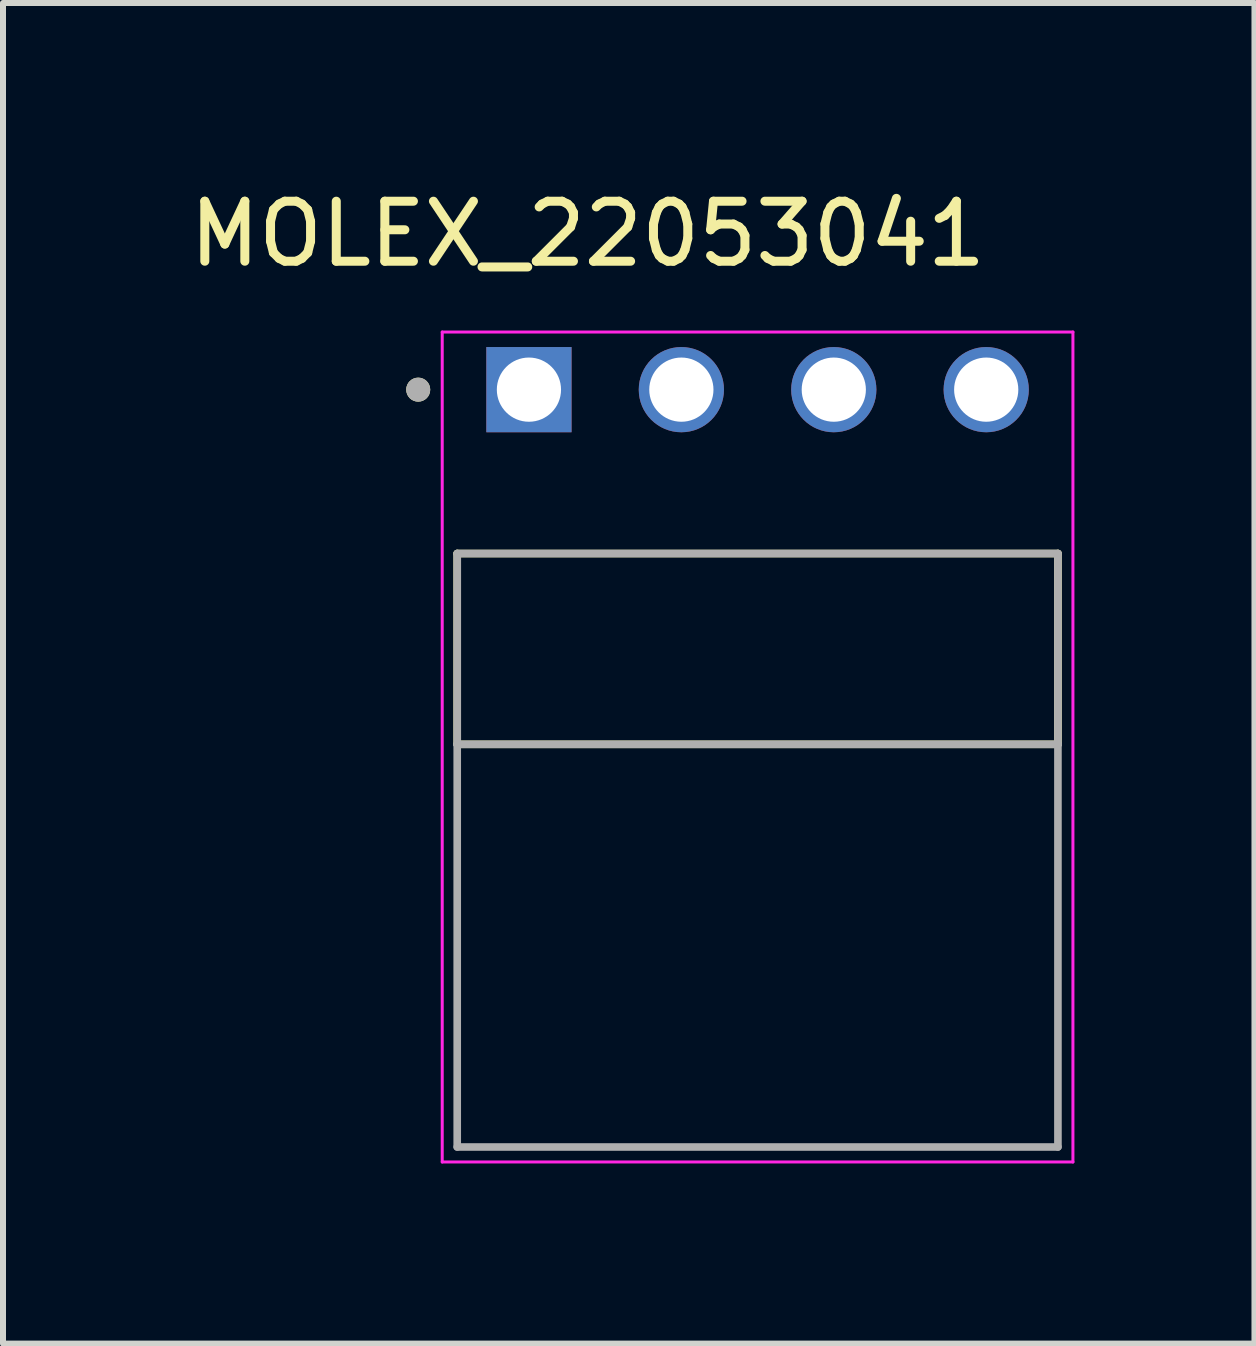
<source format=kicad_pcb>
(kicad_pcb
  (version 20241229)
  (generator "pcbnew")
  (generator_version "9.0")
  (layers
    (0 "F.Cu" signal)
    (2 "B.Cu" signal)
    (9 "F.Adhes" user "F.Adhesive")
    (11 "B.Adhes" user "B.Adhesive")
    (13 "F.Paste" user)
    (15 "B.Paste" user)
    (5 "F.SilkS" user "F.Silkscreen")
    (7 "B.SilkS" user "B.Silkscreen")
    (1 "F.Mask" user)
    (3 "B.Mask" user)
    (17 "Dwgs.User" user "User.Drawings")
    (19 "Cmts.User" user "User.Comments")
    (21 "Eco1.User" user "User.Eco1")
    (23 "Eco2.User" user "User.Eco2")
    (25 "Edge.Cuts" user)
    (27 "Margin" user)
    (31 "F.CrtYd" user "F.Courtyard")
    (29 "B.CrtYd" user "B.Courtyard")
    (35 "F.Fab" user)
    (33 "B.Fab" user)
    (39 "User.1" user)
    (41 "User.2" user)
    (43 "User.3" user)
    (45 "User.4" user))
  (footprint "MOLEX_22053041"
    (layer "F.Cu")
    (at 9.574 3.443)
    (property "Reference" "MOLEX_22053041" (at -2.83 -2.595 0) (layer "F.SilkS") (effects (font (size 1 1) (thickness 0.15))))
    (attr through_hole)
    (fp_line (start -5.005 5.91) (end -5.005 2.731) (stroke (width 0.127) (type solid)) (layer "F.SilkS"))
    (fp_line (start 5.005 2.731) (end -5.005 2.731) (stroke (width 0.127) (type solid)) (layer "F.SilkS"))
    (fp_line (start 5.005 2.731) (end 5.005 5.91) (stroke (width 0.127) (type solid)) (layer "F.SilkS"))
    (fp_line (start 5.005 5.91) (end -5.005 5.91) (stroke (width 0.127) (type solid)) (layer "F.SilkS"))
    (fp_circle (center -5.655 0) (end -5.555 0) (stroke (width 0.2) (type solid)) (fill no) (layer "F.SilkS"))
    (fp_line (start -5.255 -0.96) (end 5.255 -0.96) (stroke (width 0.05) (type solid)) (layer "F.CrtYd"))
    (fp_line (start -5.255 12.87) (end -5.255 -0.96) (stroke (width 0.05) (type solid)) (layer "F.CrtYd"))
    (fp_line (start 5.255 -0.96) (end 5.255 12.87) (stroke (width 0.05) (type solid)) (layer "F.CrtYd"))
    (fp_line (start 5.255 12.87) (end -5.255 12.87) (stroke (width 0.05) (type solid)) (layer "F.CrtYd"))
    (fp_line (start -5.005 2.731) (end 5.005 2.731) (stroke (width 0.127) (type solid)) (layer "F.Fab"))
    (fp_line (start -5.005 5.91) (end -5.005 2.731) (stroke (width 0.127) (type solid)) (layer "F.Fab"))
    (fp_line (start -5.005 5.91) (end -5.005 12.62) (stroke (width 0.127) (type solid)) (layer "F.Fab"))
    (fp_line (start -5.005 12.62) (end 5.005 12.62) (stroke (width 0.127) (type solid)) (layer "F.Fab"))
    (fp_line (start 5.005 2.731) (end 5.005 5.91) (stroke (width 0.127) (type solid)) (layer "F.Fab"))
    (fp_line (start 5.005 5.91) (end -5.005 5.91) (stroke (width 0.127) (type solid)) (layer "F.Fab"))
    (fp_line (start 5.005 12.62) (end 5.005 5.91) (stroke (width 0.127) (type solid)) (layer "F.Fab"))
    (fp_circle (center -5.655 0) (end -5.555 0) (stroke (width 0.2) (type solid)) (fill no) (layer "F.Fab"))
    (pad "01" thru_hole circle (at 3.81 0) (size 1.42 1.42) (drill 1.07) (layers "*.Cu" "*.Mask"))
    (pad "02" thru_hole circle (at 1.27 0) (size 1.42 1.42) (drill 1.07) (layers "*.Cu" "*.Mask"))
    (pad "03" thru_hole circle (at -1.27 0) (size 1.42 1.42) (drill 1.07) (layers "*.Cu" "*.Mask"))
    (pad "04" thru_hole rect (at -3.81 0) (size 1.42 1.42) (drill 1.07) (layers "*.Cu" "*.Mask")))
  (gr_rect
    (start -3 -3)
    (end 17.854 19.339)
    (stroke (width 0.1) (type default))
    (fill no)
    (layer "Edge.Cuts")))
</source>
